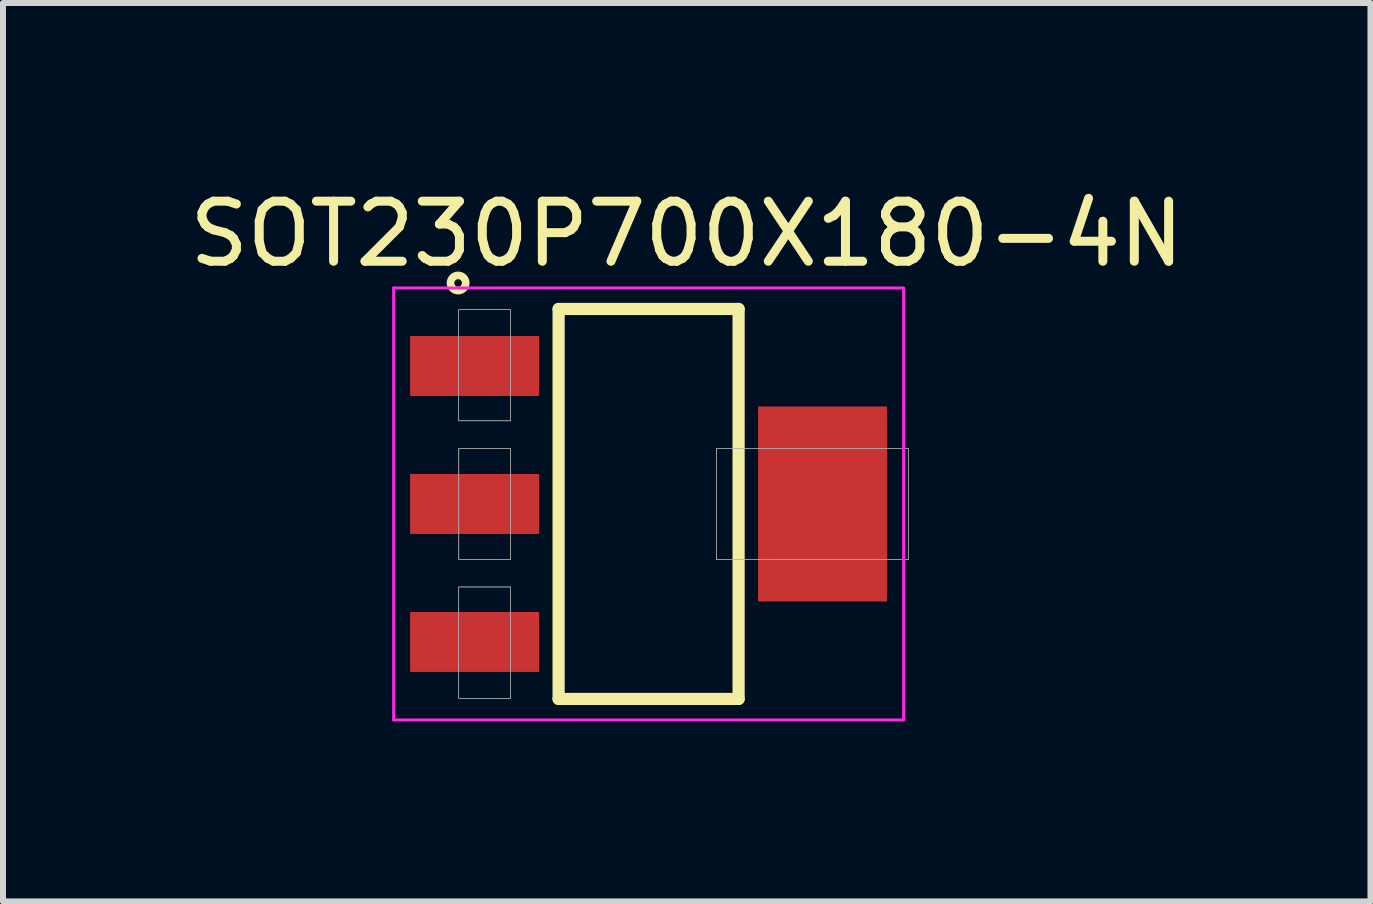
<source format=kicad_pcb>
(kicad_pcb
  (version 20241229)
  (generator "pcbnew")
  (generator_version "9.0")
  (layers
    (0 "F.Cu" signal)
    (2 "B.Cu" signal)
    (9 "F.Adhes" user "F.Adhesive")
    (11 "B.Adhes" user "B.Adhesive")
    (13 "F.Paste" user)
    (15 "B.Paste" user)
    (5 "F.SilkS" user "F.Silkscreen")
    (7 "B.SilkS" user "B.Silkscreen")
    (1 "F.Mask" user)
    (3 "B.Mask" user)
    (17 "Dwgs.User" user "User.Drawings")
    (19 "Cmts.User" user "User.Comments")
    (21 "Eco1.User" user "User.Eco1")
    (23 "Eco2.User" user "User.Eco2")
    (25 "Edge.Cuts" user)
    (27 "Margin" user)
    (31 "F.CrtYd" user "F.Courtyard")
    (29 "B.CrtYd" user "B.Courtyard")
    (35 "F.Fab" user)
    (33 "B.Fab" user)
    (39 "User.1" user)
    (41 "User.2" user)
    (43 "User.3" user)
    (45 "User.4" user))
  (footprint "SOT230P700X180-4N"
    (layer "F.Cu")
    (at 7.761 5.35)
    (property "Reference" "SOT230P700X180-4N" (at 0.636 -4.501 0) (layer "F.SilkS") (effects (font (size 1.001 1.001) (thickness 0.15))))
    (attr through_hole)
    (fp_line (start -1.5 -3.25) (end 1.5 -3.25) (stroke (width 0.203) (type solid)) (layer "F.SilkS"))
    (fp_line (start -1.5 3.25) (end -1.5 -3.25) (stroke (width 0.203) (type solid)) (layer "F.SilkS"))
    (fp_line (start 1.5 -3.25) (end 1.5 3.25) (stroke (width 0.203) (type solid)) (layer "F.SilkS"))
    (fp_line (start 1.5 3.25) (end -1.5 3.25) (stroke (width 0.203) (type solid)) (layer "F.SilkS"))
    (fp_circle (center -3.175 -3.683) (end -3.048 -3.683) (stroke (width 0.127) (type solid)) (fill no) (layer "F.SilkS"))
    (fp_line (start -4.25 -3.6) (end 4.25 -3.6) (stroke (width 0.05) (type solid)) (layer "F.CrtYd"))
    (fp_line (start -4.25 3.6) (end -4.25 -3.6) (stroke (width 0.05) (type solid)) (layer "F.CrtYd"))
    (fp_line (start 4.25 -3.6) (end 4.25 3.6) (stroke (width 0.05) (type solid)) (layer "F.CrtYd"))
    (fp_line (start 4.25 3.6) (end -4.25 3.6) (stroke (width 0.05) (type solid)) (layer "F.CrtYd"))
    (fp_poly (pts (xy -3.167 -3.239) (xy -2.299 -3.239) (xy -2.299 -1.387) (xy -3.167 -1.387)) (stroke (width 0.01) (type solid)) (fill no) (layer "F.Fab"))
    (fp_poly (pts (xy -3.166 -3.239) (xy -2.299 -3.239) (xy -2.299 -1.386) (xy -3.166 -1.386)) (stroke (width 0.01) (type solid)) (fill no) (layer "F.Fab"))
    (fp_poly (pts (xy -3.165 1.384) (xy -2.299 1.384) (xy -2.299 3.242) (xy -3.165 3.242)) (stroke (width 0.01) (type solid)) (fill no) (layer "F.Fab"))
    (fp_poly (pts (xy -3.165 1.384) (xy -2.299 1.384) (xy -2.299 3.241) (xy -3.165 3.241)) (stroke (width 0.01) (type solid)) (fill no) (layer "F.Fab"))
    (fp_poly (pts (xy -3.164 -0.927) (xy -2.299 -0.927) (xy -2.299 0.928) (xy -3.164 0.928)) (stroke (width 0.01) (type solid)) (fill no) (layer "F.Fab"))
    (fp_poly (pts (xy -3.164 -0.927) (xy -2.299 -0.927) (xy -2.299 0.927) (xy -3.164 0.927)) (stroke (width 0.01) (type solid)) (fill no) (layer "F.Fab"))
    (fp_poly (pts (xy 1.132 -0.927) (xy 4.331 -0.927) (xy 4.331 0.929) (xy 1.132 0.929)) (stroke (width 0.01) (type solid)) (fill no) (layer "F.Fab"))
    (fp_poly (pts (xy 1.132 -0.927) (xy 4.331 -0.927) (xy 4.331 0.929) (xy 1.132 0.929)) (stroke (width 0.01) (type solid)) (fill no) (layer "F.Fab"))
    (pad "1" smd rect (at -2.9 -2.3 270) (size 1 2.15) (layers "F.Cu" "F.Mask" "F.Paste"))
    (pad "2" smd rect (at -2.9 0 270) (size 1 2.15) (layers "F.Cu" "F.Mask" "F.Paste"))
    (pad "3" smd rect (at -2.9 2.3 270) (size 1 2.15) (layers "F.Cu" "F.Mask" "F.Paste"))
    (pad "4" smd rect (at 2.9 0 270) (size 3.25 2.15) (layers "F.Cu" "F.Mask" "F.Paste")))
  (gr_rect
    (start -3 -3)
    (end 19.793 11.975)
    (stroke (width 0.1) (type default))
    (fill no)
    (layer "Edge.Cuts")))
</source>
